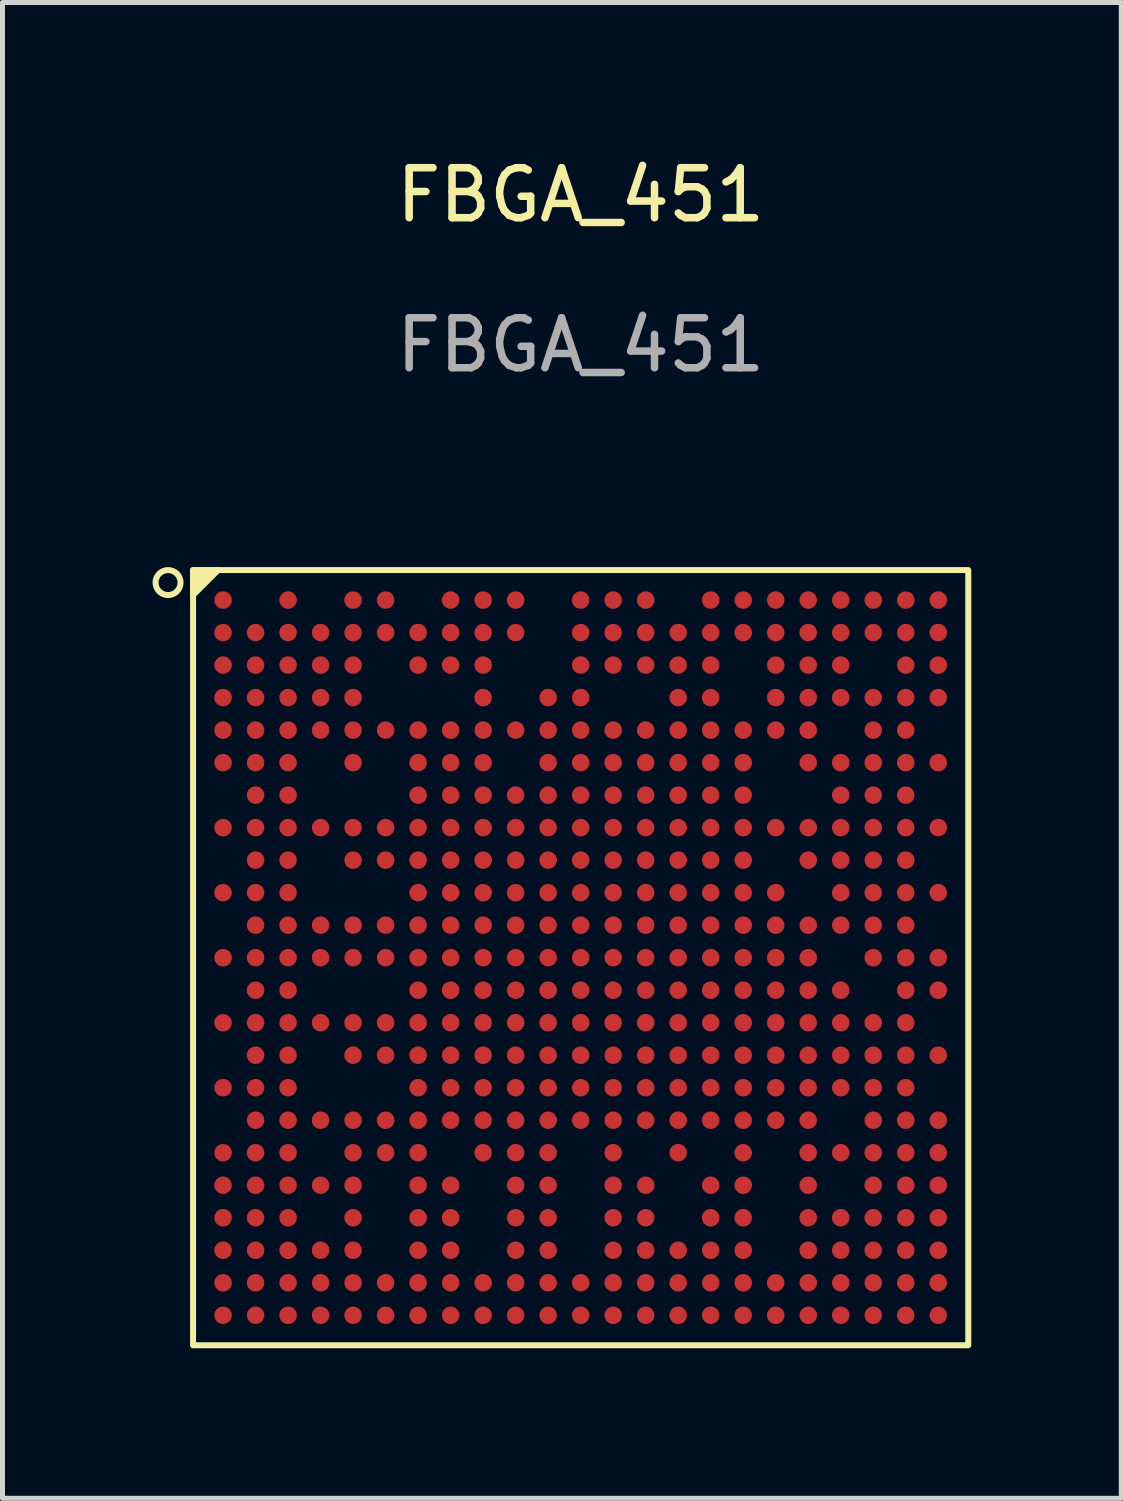
<source format=kicad_pcb>
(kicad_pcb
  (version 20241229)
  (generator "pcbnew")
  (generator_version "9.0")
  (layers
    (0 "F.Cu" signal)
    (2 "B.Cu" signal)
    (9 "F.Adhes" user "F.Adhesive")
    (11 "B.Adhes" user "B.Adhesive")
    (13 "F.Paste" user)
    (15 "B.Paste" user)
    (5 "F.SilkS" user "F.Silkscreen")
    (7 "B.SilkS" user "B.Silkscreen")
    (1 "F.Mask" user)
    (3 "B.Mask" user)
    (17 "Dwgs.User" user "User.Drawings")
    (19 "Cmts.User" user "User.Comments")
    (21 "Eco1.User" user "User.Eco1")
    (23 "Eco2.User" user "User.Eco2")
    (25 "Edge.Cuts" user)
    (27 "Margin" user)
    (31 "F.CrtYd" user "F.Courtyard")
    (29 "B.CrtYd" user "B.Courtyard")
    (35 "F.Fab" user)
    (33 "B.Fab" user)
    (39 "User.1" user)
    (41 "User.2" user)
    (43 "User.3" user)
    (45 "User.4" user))
  (footprint "FBGA_451"
    (layer "F.Cu")
    (at 8.56 16.098)
    (property "Reference" "FBGA_451" (at 0 -15.25 0) (unlocked yes) (layer "F.SilkS") (effects (font (size 1 1) (thickness 0.15))))
    (attr smd)
    (fp_rect (start -7.75 -7.75) (end 7.75 7.75) (stroke (width 0.12) (type default)) (fill no) (layer "F.SilkS"))
    (fp_circle (center -8.25 -7.5) (end -8.25 -7.25) (stroke (width 0.12) (type default)) (fill no) (layer "F.SilkS"))
    (fp_poly (pts (xy -7.75 -7.75) (xy -7.25 -7.75) (xy -7.75 -7.25)) (stroke (width 0.12) (type solid)) (fill yes) (layer "F.SilkS"))
    (fp_text user "${REFERENCE}" (at 0 -12.25 0) (unlocked yes) (layer "F.Fab") (effects (font (size 1 1) (thickness 0.15))))
    (pad "A1" smd circle (at -7.15 -7.15) (size 0.35 0.35) (layers "F.Cu" "F.Mask" "F.Paste"))
    (pad "A3" smd circle (at -5.85 -7.15) (size 0.35 0.35) (layers "F.Cu" "F.Mask" "F.Paste"))
    (pad "A5" smd circle (at -4.55 -7.15) (size 0.35 0.35) (layers "F.Cu" "F.Mask" "F.Paste"))
    (pad "A6" smd circle (at -3.9 -7.15) (size 0.35 0.35) (layers "F.Cu" "F.Mask" "F.Paste"))
    (pad "A8" smd circle (at -2.6 -7.15) (size 0.35 0.35) (layers "F.Cu" "F.Mask" "F.Paste"))
    (pad "A9" smd circle (at -1.95 -7.15) (size 0.35 0.35) (layers "F.Cu" "F.Mask" "F.Paste"))
    (pad "A10" smd circle (at -1.3 -7.15) (size 0.35 0.35) (layers "F.Cu" "F.Mask" "F.Paste"))
    (pad "A12" smd circle (at 0 -7.15) (size 0.35 0.35) (layers "F.Cu" "F.Mask" "F.Paste"))
    (pad "A13" smd circle (at 0.65 -7.15) (size 0.35 0.35) (layers "F.Cu" "F.Mask" "F.Paste"))
    (pad "A14" smd circle (at 1.3 -7.15) (size 0.35 0.35) (layers "F.Cu" "F.Mask" "F.Paste"))
    (pad "A16" smd circle (at 2.6 -7.15) (size 0.35 0.35) (layers "F.Cu" "F.Mask" "F.Paste"))
    (pad "A17" smd circle (at 3.25 -7.15) (size 0.35 0.35) (layers "F.Cu" "F.Mask" "F.Paste"))
    (pad "A18" smd circle (at 3.9 -7.15) (size 0.35 0.35) (layers "F.Cu" "F.Mask" "F.Paste"))
    (pad "A19" smd circle (at 4.55 -7.15) (size 0.35 0.35) (layers "F.Cu" "F.Mask" "F.Paste"))
    (pad "A20" smd circle (at 5.2 -7.15) (size 0.35 0.35) (layers "F.Cu" "F.Mask" "F.Paste"))
    (pad "A21" smd circle (at 5.85 -7.15) (size 0.35 0.35) (layers "F.Cu" "F.Mask" "F.Paste"))
    (pad "A22" smd circle (at 6.5 -7.15) (size 0.35 0.35) (layers "F.Cu" "F.Mask" "F.Paste"))
    (pad "A23" smd circle (at 7.15 -7.15) (size 0.35 0.35) (layers "F.Cu" "F.Mask" "F.Paste"))
    (pad "AA1" smd circle (at -7.15 5.85) (size 0.35 0.35) (layers "F.Cu" "F.Mask" "F.Paste"))
    (pad "AA2" smd circle (at -6.5 5.85) (size 0.35 0.35) (layers "F.Cu" "F.Mask" "F.Paste"))
    (pad "AA3" smd circle (at -5.85 5.85) (size 0.35 0.35) (layers "F.Cu" "F.Mask" "F.Paste"))
    (pad "AA4" smd circle (at -5.2 5.85) (size 0.35 0.35) (layers "F.Cu" "F.Mask" "F.Paste"))
    (pad "AA5" smd circle (at -4.55 5.85) (size 0.35 0.35) (layers "F.Cu" "F.Mask" "F.Paste"))
    (pad "AA7" smd circle (at -3.25 5.85) (size 0.35 0.35) (layers "F.Cu" "F.Mask" "F.Paste"))
    (pad "AA8" smd circle (at -2.6 5.85) (size 0.35 0.35) (layers "F.Cu" "F.Mask" "F.Paste"))
    (pad "AA10" smd circle (at -1.3 5.85) (size 0.35 0.35) (layers "F.Cu" "F.Mask" "F.Paste"))
    (pad "AA11" smd circle (at -0.65 5.85) (size 0.35 0.35) (layers "F.Cu" "F.Mask" "F.Paste"))
    (pad "AA13" smd circle (at 0.65 5.85) (size 0.35 0.35) (layers "F.Cu" "F.Mask" "F.Paste"))
    (pad "AA14" smd circle (at 1.3 5.85) (size 0.35 0.35) (layers "F.Cu" "F.Mask" "F.Paste"))
    (pad "AA15" smd circle (at 1.95 5.85) (size 0.35 0.35) (layers "F.Cu" "F.Mask" "F.Paste"))
    (pad "AA16" smd circle (at 2.6 5.85) (size 0.35 0.35) (layers "F.Cu" "F.Mask" "F.Paste"))
    (pad "AA17" smd circle (at 3.25 5.85) (size 0.35 0.35) (layers "F.Cu" "F.Mask" "F.Paste"))
    (pad "AA19" smd circle (at 4.55 5.85) (size 0.35 0.35) (layers "F.Cu" "F.Mask" "F.Paste"))
    (pad "AA20" smd circle (at 5.2 5.85) (size 0.35 0.35) (layers "F.Cu" "F.Mask" "F.Paste"))
    (pad "AA21" smd circle (at 5.85 5.85) (size 0.35 0.35) (layers "F.Cu" "F.Mask" "F.Paste"))
    (pad "AA22" smd circle (at 6.5 5.85) (size 0.35 0.35) (layers "F.Cu" "F.Mask" "F.Paste"))
    (pad "AA23" smd circle (at 7.15 5.85) (size 0.35 0.35) (layers "F.Cu" "F.Mask" "F.Paste"))
    (pad "AB1" smd circle (at -7.15 6.5) (size 0.35 0.35) (layers "F.Cu" "F.Mask" "F.Paste"))
    (pad "AB2" smd circle (at -6.5 6.5) (size 0.35 0.35) (layers "F.Cu" "F.Mask" "F.Paste"))
    (pad "AB3" smd circle (at -5.85 6.5) (size 0.35 0.35) (layers "F.Cu" "F.Mask" "F.Paste"))
    (pad "AB4" smd circle (at -5.2 6.5) (size 0.35 0.35) (layers "F.Cu" "F.Mask" "F.Paste"))
    (pad "AB5" smd circle (at -4.55 6.5) (size 0.35 0.35) (layers "F.Cu" "F.Mask" "F.Paste"))
    (pad "AB6" smd circle (at -3.9 6.5) (size 0.35 0.35) (layers "F.Cu" "F.Mask" "F.Paste"))
    (pad "AB7" smd circle (at -3.25 6.5) (size 0.35 0.35) (layers "F.Cu" "F.Mask" "F.Paste"))
    (pad "AB8" smd circle (at -2.6 6.5) (size 0.35 0.35) (layers "F.Cu" "F.Mask" "F.Paste"))
    (pad "AB9" smd circle (at -1.95 6.5) (size 0.35 0.35) (layers "F.Cu" "F.Mask" "F.Paste"))
    (pad "AB10" smd circle (at -1.3 6.5) (size 0.35 0.35) (layers "F.Cu" "F.Mask" "F.Paste"))
    (pad "AB11" smd circle (at -0.65 6.5) (size 0.35 0.35) (layers "F.Cu" "F.Mask" "F.Paste"))
    (pad "AB12" smd circle (at 0 6.5) (size 0.35 0.35) (layers "F.Cu" "F.Mask" "F.Paste"))
    (pad "AB13" smd circle (at 0.65 6.5) (size 0.35 0.35) (layers "F.Cu" "F.Mask" "F.Paste"))
    (pad "AB14" smd circle (at 1.3 6.5) (size 0.35 0.35) (layers "F.Cu" "F.Mask" "F.Paste"))
    (pad "AB15" smd circle (at 1.95 6.5) (size 0.35 0.35) (layers "F.Cu" "F.Mask" "F.Paste"))
    (pad "AB16" smd circle (at 2.6 6.5) (size 0.35 0.35) (layers "F.Cu" "F.Mask" "F.Paste"))
    (pad "AB17" smd circle (at 3.25 6.5) (size 0.35 0.35) (layers "F.Cu" "F.Mask" "F.Paste"))
    (pad "AB18" smd circle (at 3.9 6.5) (size 0.35 0.35) (layers "F.Cu" "F.Mask" "F.Paste"))
    (pad "AB19" smd circle (at 4.55 6.5) (size 0.35 0.35) (layers "F.Cu" "F.Mask" "F.Paste"))
    (pad "AB20" smd circle (at 5.2 6.5) (size 0.35 0.35) (layers "F.Cu" "F.Mask" "F.Paste"))
    (pad "AB21" smd circle (at 5.85 6.5) (size 0.35 0.35) (layers "F.Cu" "F.Mask" "F.Paste"))
    (pad "AB22" smd circle (at 6.5 6.5) (size 0.35 0.35) (layers "F.Cu" "F.Mask" "F.Paste"))
    (pad "AB23" smd circle (at 7.15 6.5) (size 0.35 0.35) (layers "F.Cu" "F.Mask" "F.Paste"))
    (pad "AC1" smd circle (at -7.15 7.15) (size 0.35 0.35) (layers "F.Cu" "F.Mask" "F.Paste"))
    (pad "AC2" smd circle (at -6.5 7.15) (size 0.35 0.35) (layers "F.Cu" "F.Mask" "F.Paste"))
    (pad "AC3" smd circle (at -5.85 7.15) (size 0.35 0.35) (layers "F.Cu" "F.Mask" "F.Paste"))
    (pad "AC4" smd circle (at -5.2 7.15) (size 0.35 0.35) (layers "F.Cu" "F.Mask" "F.Paste"))
    (pad "AC5" smd circle (at -4.55 7.15) (size 0.35 0.35) (layers "F.Cu" "F.Mask" "F.Paste"))
    (pad "AC6" smd circle (at -3.9 7.15) (size 0.35 0.35) (layers "F.Cu" "F.Mask" "F.Paste"))
    (pad "AC7" smd circle (at -3.25 7.15) (size 0.35 0.35) (layers "F.Cu" "F.Mask" "F.Paste"))
    (pad "AC8" smd circle (at -2.6 7.15) (size 0.35 0.35) (layers "F.Cu" "F.Mask" "F.Paste"))
    (pad "AC9" smd circle (at -1.95 7.15) (size 0.35 0.35) (layers "F.Cu" "F.Mask" "F.Paste"))
    (pad "AC10" smd circle (at -1.3 7.15) (size 0.35 0.35) (layers "F.Cu" "F.Mask" "F.Paste"))
    (pad "AC11" smd circle (at -0.65 7.15) (size 0.35 0.35) (layers "F.Cu" "F.Mask" "F.Paste"))
    (pad "AC12" smd circle (at 0 7.15) (size 0.35 0.35) (layers "F.Cu" "F.Mask" "F.Paste"))
    (pad "AC13" smd circle (at 0.65 7.15) (size 0.35 0.35) (layers "F.Cu" "F.Mask" "F.Paste"))
    (pad "AC14" smd circle (at 1.3 7.15) (size 0.35 0.35) (layers "F.Cu" "F.Mask" "F.Paste"))
    (pad "AC15" smd circle (at 1.95 7.15) (size 0.35 0.35) (layers "F.Cu" "F.Mask" "F.Paste"))
    (pad "AC16" smd circle (at 2.6 7.15) (size 0.35 0.35) (layers "F.Cu" "F.Mask" "F.Paste"))
    (pad "AC17" smd circle (at 3.25 7.15) (size 0.35 0.35) (layers "F.Cu" "F.Mask" "F.Paste"))
    (pad "AC18" smd circle (at 3.9 7.15) (size 0.35 0.35) (layers "F.Cu" "F.Mask" "F.Paste"))
    (pad "AC19" smd circle (at 4.55 7.15) (size 0.35 0.35) (layers "F.Cu" "F.Mask" "F.Paste"))
    (pad "AC20" smd circle (at 5.2 7.15) (size 0.35 0.35) (layers "F.Cu" "F.Mask" "F.Paste"))
    (pad "AC21" smd circle (at 5.85 7.15) (size 0.35 0.35) (layers "F.Cu" "F.Mask" "F.Paste"))
    (pad "AC22" smd circle (at 6.5 7.15) (size 0.35 0.35) (layers "F.Cu" "F.Mask" "F.Paste"))
    (pad "AC23" smd circle (at 7.15 7.15) (size 0.35 0.35) (layers "F.Cu" "F.Mask" "F.Paste"))
    (pad "B1" smd circle (at -7.15 -6.5) (size 0.35 0.35) (layers "F.Cu" "F.Mask" "F.Paste"))
    (pad "B2" smd circle (at -6.5 -6.5) (size 0.35 0.35) (layers "F.Cu" "F.Mask" "F.Paste"))
    (pad "B3" smd circle (at -5.85 -6.5) (size 0.35 0.35) (layers "F.Cu" "F.Mask" "F.Paste"))
    (pad "B4" smd circle (at -5.2 -6.5) (size 0.35 0.35) (layers "F.Cu" "F.Mask" "F.Paste"))
    (pad "B5" smd circle (at -4.55 -6.5) (size 0.35 0.35) (layers "F.Cu" "F.Mask" "F.Paste"))
    (pad "B6" smd circle (at -3.9 -6.5) (size 0.35 0.35) (layers "F.Cu" "F.Mask" "F.Paste"))
    (pad "B7" smd circle (at -3.25 -6.5) (size 0.35 0.35) (layers "F.Cu" "F.Mask" "F.Paste"))
    (pad "B8" smd circle (at -2.6 -6.5) (size 0.35 0.35) (layers "F.Cu" "F.Mask" "F.Paste"))
    (pad "B9" smd circle (at -1.95 -6.5) (size 0.35 0.35) (layers "F.Cu" "F.Mask" "F.Paste"))
    (pad "B10" smd circle (at -1.3 -6.5) (size 0.35 0.35) (layers "F.Cu" "F.Mask" "F.Paste"))
    (pad "B12" smd circle (at 0 -6.5) (size 0.35 0.35) (layers "F.Cu" "F.Mask" "F.Paste"))
    (pad "B13" smd circle (at 0.65 -6.5) (size 0.35 0.35) (layers "F.Cu" "F.Mask" "F.Paste"))
    (pad "B14" smd circle (at 1.3 -6.5) (size 0.35 0.35) (layers "F.Cu" "F.Mask" "F.Paste"))
    (pad "B15" smd circle (at 1.95 -6.5) (size 0.35 0.35) (layers "F.Cu" "F.Mask" "F.Paste"))
    (pad "B16" smd circle (at 2.6 -6.5) (size 0.35 0.35) (layers "F.Cu" "F.Mask" "F.Paste"))
    (pad "B17" smd circle (at 3.25 -6.5) (size 0.35 0.35) (layers "F.Cu" "F.Mask" "F.Paste"))
    (pad "B18" smd circle (at 3.9 -6.5) (size 0.35 0.35) (layers "F.Cu" "F.Mask" "F.Paste"))
    (pad "B19" smd circle (at 4.55 -6.5) (size 0.35 0.35) (layers "F.Cu" "F.Mask" "F.Paste"))
    (pad "B20" smd circle (at 5.2 -6.5) (size 0.35 0.35) (layers "F.Cu" "F.Mask" "F.Paste"))
    (pad "B21" smd circle (at 5.85 -6.5) (size 0.35 0.35) (layers "F.Cu" "F.Mask" "F.Paste"))
    (pad "B22" smd circle (at 6.5 -6.5) (size 0.35 0.35) (layers "F.Cu" "F.Mask" "F.Paste"))
    (pad "B23" smd circle (at 7.15 -6.5) (size 0.35 0.35) (layers "F.Cu" "F.Mask" "F.Paste"))
    (pad "C1" smd circle (at -7.15 -5.85) (size 0.35 0.35) (layers "F.Cu" "F.Mask" "F.Paste"))
    (pad "C2" smd circle (at -6.5 -5.85) (size 0.35 0.35) (layers "F.Cu" "F.Mask" "F.Paste"))
    (pad "C3" smd circle (at -5.85 -5.85) (size 0.35 0.35) (layers "F.Cu" "F.Mask" "F.Paste"))
    (pad "C4" smd circle (at -5.2 -5.85) (size 0.35 0.35) (layers "F.Cu" "F.Mask" "F.Paste"))
    (pad "C5" smd circle (at -4.55 -5.85) (size 0.35 0.35) (layers "F.Cu" "F.Mask" "F.Paste"))
    (pad "C7" smd circle (at -3.25 -5.85) (size 0.35 0.35) (layers "F.Cu" "F.Mask" "F.Paste"))
    (pad "C8" smd circle (at -2.6 -5.85) (size 0.35 0.35) (layers "F.Cu" "F.Mask" "F.Paste"))
    (pad "C9" smd circle (at -1.95 -5.85) (size 0.35 0.35) (layers "F.Cu" "F.Mask" "F.Paste"))
    (pad "C12" smd circle (at 0 -5.85) (size 0.35 0.35) (layers "F.Cu" "F.Mask" "F.Paste"))
    (pad "C13" smd circle (at 0.65 -5.85) (size 0.35 0.35) (layers "F.Cu" "F.Mask" "F.Paste"))
    (pad "C14" smd circle (at 1.3 -5.85) (size 0.35 0.35) (layers "F.Cu" "F.Mask" "F.Paste"))
    (pad "C15" smd circle (at 1.95 -5.85) (size 0.35 0.35) (layers "F.Cu" "F.Mask" "F.Paste"))
    (pad "C16" smd circle (at 2.6 -5.85) (size 0.35 0.35) (layers "F.Cu" "F.Mask" "F.Paste"))
    (pad "C18" smd circle (at 3.9 -5.85) (size 0.35 0.35) (layers "F.Cu" "F.Mask" "F.Paste"))
    (pad "C19" smd circle (at 4.55 -5.85) (size 0.35 0.35) (layers "F.Cu" "F.Mask" "F.Paste"))
    (pad "C20" smd circle (at 5.2 -5.85) (size 0.35 0.35) (layers "F.Cu" "F.Mask" "F.Paste"))
    (pad "C22" smd circle (at 6.5 -5.85) (size 0.35 0.35) (layers "F.Cu" "F.Mask" "F.Paste"))
    (pad "C23" smd circle (at 7.15 -5.85) (size 0.35 0.35) (layers "F.Cu" "F.Mask" "F.Paste"))
    (pad "D1" smd circle (at -7.15 -5.2) (size 0.35 0.35) (layers "F.Cu" "F.Mask" "F.Paste"))
    (pad "D2" smd circle (at -6.5 -5.2) (size 0.35 0.35) (layers "F.Cu" "F.Mask" "F.Paste"))
    (pad "D3" smd circle (at -5.85 -5.2) (size 0.35 0.35) (layers "F.Cu" "F.Mask" "F.Paste"))
    (pad "D4" smd circle (at -5.2 -5.2) (size 0.35 0.35) (layers "F.Cu" "F.Mask" "F.Paste"))
    (pad "D5" smd circle (at -4.55 -5.2) (size 0.35 0.35) (layers "F.Cu" "F.Mask" "F.Paste"))
    (pad "D9" smd circle (at -1.95 -5.2) (size 0.35 0.35) (layers "F.Cu" "F.Mask" "F.Paste"))
    (pad "D11" smd circle (at -0.65 -5.2) (size 0.35 0.35) (layers "F.Cu" "F.Mask" "F.Paste"))
    (pad "D12" smd circle (at 0 -5.2) (size 0.35 0.35) (layers "F.Cu" "F.Mask" "F.Paste"))
    (pad "D15" smd circle (at 1.95 -5.2) (size 0.35 0.35) (layers "F.Cu" "F.Mask" "F.Paste"))
    (pad "D16" smd circle (at 2.6 -5.2) (size 0.35 0.35) (layers "F.Cu" "F.Mask" "F.Paste"))
    (pad "D18" smd circle (at 3.9 -5.2) (size 0.35 0.35) (layers "F.Cu" "F.Mask" "F.Paste"))
    (pad "D19" smd circle (at 4.55 -5.2) (size 0.35 0.35) (layers "F.Cu" "F.Mask" "F.Paste"))
    (pad "D20" smd circle (at 5.2 -5.2) (size 0.35 0.35) (layers "F.Cu" "F.Mask" "F.Paste"))
    (pad "D21" smd circle (at 5.85 -5.2) (size 0.35 0.35) (layers "F.Cu" "F.Mask" "F.Paste"))
    (pad "D22" smd circle (at 6.5 -5.2) (size 0.35 0.35) (layers "F.Cu" "F.Mask" "F.Paste"))
    (pad "D23" smd circle (at 7.15 -5.2) (size 0.35 0.35) (layers "F.Cu" "F.Mask" "F.Paste"))
    (pad "E1" smd circle (at -7.15 -4.55) (size 0.35 0.35) (layers "F.Cu" "F.Mask" "F.Paste"))
    (pad "E2" smd circle (at -6.5 -4.55) (size 0.35 0.35) (layers "F.Cu" "F.Mask" "F.Paste"))
    (pad "E3" smd circle (at -5.85 -4.55) (size 0.35 0.35) (layers "F.Cu" "F.Mask" "F.Paste"))
    (pad "E4" smd circle (at -5.2 -4.55) (size 0.35 0.35) (layers "F.Cu" "F.Mask" "F.Paste"))
    (pad "E5" smd circle (at -4.55 -4.55) (size 0.35 0.35) (layers "F.Cu" "F.Mask" "F.Paste"))
    (pad "E6" smd circle (at -3.9 -4.55) (size 0.35 0.35) (layers "F.Cu" "F.Mask" "F.Paste"))
    (pad "E7" smd circle (at -3.25 -4.55) (size 0.35 0.35) (layers "F.Cu" "F.Mask" "F.Paste"))
    (pad "E8" smd circle (at -2.6 -4.55) (size 0.35 0.35) (layers "F.Cu" "F.Mask" "F.Paste"))
    (pad "E9" smd circle (at -1.95 -4.55) (size 0.35 0.35) (layers "F.Cu" "F.Mask" "F.Paste"))
    (pad "E10" smd circle (at -1.3 -4.55) (size 0.35 0.35) (layers "F.Cu" "F.Mask" "F.Paste"))
    (pad "E11" smd circle (at -0.65 -4.55) (size 0.35 0.35) (layers "F.Cu" "F.Mask" "F.Paste"))
    (pad "E12" smd circle (at 0 -4.55) (size 0.35 0.35) (layers "F.Cu" "F.Mask" "F.Paste"))
    (pad "E13" smd circle (at 0.65 -4.55) (size 0.35 0.35) (layers "F.Cu" "F.Mask" "F.Paste"))
    (pad "E14" smd circle (at 1.3 -4.55) (size 0.35 0.35) (layers "F.Cu" "F.Mask" "F.Paste"))
    (pad "E15" smd circle (at 1.95 -4.55) (size 0.35 0.35) (layers "F.Cu" "F.Mask" "F.Paste"))
    (pad "E16" smd circle (at 2.6 -4.55) (size 0.35 0.35) (layers "F.Cu" "F.Mask" "F.Paste"))
    (pad "E17" smd circle (at 3.25 -4.55) (size 0.35 0.35) (layers "F.Cu" "F.Mask" "F.Paste"))
    (pad "E18" smd circle (at 3.9 -4.55) (size 0.35 0.35) (layers "F.Cu" "F.Mask" "F.Paste"))
    (pad "E19" smd circle (at 4.55 -4.55) (size 0.35 0.35) (layers "F.Cu" "F.Mask" "F.Paste"))
    (pad "E21" smd circle (at 5.85 -4.55) (size 0.35 0.35) (layers "F.Cu" "F.Mask" "F.Paste"))
    (pad "E22" smd circle (at 6.5 -4.55) (size 0.35 0.35) (layers "F.Cu" "F.Mask" "F.Paste"))
    (pad "F1" smd circle (at -7.15 -3.9) (size 0.35 0.35) (layers "F.Cu" "F.Mask" "F.Paste"))
    (pad "F2" smd circle (at -6.5 -3.9) (size 0.35 0.35) (layers "F.Cu" "F.Mask" "F.Paste"))
    (pad "F3" smd circle (at -5.85 -3.9) (size 0.35 0.35) (layers "F.Cu" "F.Mask" "F.Paste"))
    (pad "F5" smd circle (at -4.55 -3.9) (size 0.35 0.35) (layers "F.Cu" "F.Mask" "F.Paste"))
    (pad "F7" smd circle (at -3.25 -3.9) (size 0.35 0.35) (layers "F.Cu" "F.Mask" "F.Paste"))
    (pad "F8" smd circle (at -2.6 -3.9) (size 0.35 0.35) (layers "F.Cu" "F.Mask" "F.Paste"))
    (pad "F9" smd circle (at -1.95 -3.9) (size 0.35 0.35) (layers "F.Cu" "F.Mask" "F.Paste"))
    (pad "F11" smd circle (at -0.65 -3.9) (size 0.35 0.35) (layers "F.Cu" "F.Mask" "F.Paste"))
    (pad "F12" smd circle (at 0 -3.9) (size 0.35 0.35) (layers "F.Cu" "F.Mask" "F.Paste"))
    (pad "F13" smd circle (at 0.65 -3.9) (size 0.35 0.35) (layers "F.Cu" "F.Mask" "F.Paste"))
    (pad "F14" smd circle (at 1.3 -3.9) (size 0.35 0.35) (layers "F.Cu" "F.Mask" "F.Paste"))
    (pad "F15" smd circle (at 1.95 -3.9) (size 0.35 0.35) (layers "F.Cu" "F.Mask" "F.Paste"))
    (pad "F16" smd circle (at 2.6 -3.9) (size 0.35 0.35) (layers "F.Cu" "F.Mask" "F.Paste"))
    (pad "F17" smd circle (at 3.25 -3.9) (size 0.35 0.35) (layers "F.Cu" "F.Mask" "F.Paste"))
    (pad "F19" smd circle (at 4.55 -3.9) (size 0.35 0.35) (layers "F.Cu" "F.Mask" "F.Paste"))
    (pad "F20" smd circle (at 5.2 -3.9) (size 0.35 0.35) (layers "F.Cu" "F.Mask" "F.Paste"))
    (pad "F21" smd circle (at 5.85 -3.9) (size 0.35 0.35) (layers "F.Cu" "F.Mask" "F.Paste"))
    (pad "F22" smd circle (at 6.5 -3.9) (size 0.35 0.35) (layers "F.Cu" "F.Mask" "F.Paste"))
    (pad "F23" smd circle (at 7.15 -3.9) (size 0.35 0.35) (layers "F.Cu" "F.Mask" "F.Paste"))
    (pad "G2" smd circle (at -6.5 -3.25) (size 0.35 0.35) (layers "F.Cu" "F.Mask" "F.Paste"))
    (pad "G3" smd circle (at -5.85 -3.25) (size 0.35 0.35) (layers "F.Cu" "F.Mask" "F.Paste"))
    (pad "G7" smd circle (at -3.25 -3.25) (size 0.35 0.35) (layers "F.Cu" "F.Mask" "F.Paste"))
    (pad "G8" smd circle (at -2.6 -3.25) (size 0.35 0.35) (layers "F.Cu" "F.Mask" "F.Paste"))
    (pad "G9" smd circle (at -1.95 -3.25) (size 0.35 0.35) (layers "F.Cu" "F.Mask" "F.Paste"))
    (pad "G10" smd circle (at -1.3 -3.25) (size 0.35 0.35) (layers "F.Cu" "F.Mask" "F.Paste"))
    (pad "G11" smd circle (at -0.65 -3.25) (size 0.35 0.35) (layers "F.Cu" "F.Mask" "F.Paste"))
    (pad "G12" smd circle (at 0 -3.25) (size 0.35 0.35) (layers "F.Cu" "F.Mask" "F.Paste"))
    (pad "G13" smd circle (at 0.65 -3.25) (size 0.35 0.35) (layers "F.Cu" "F.Mask" "F.Paste"))
    (pad "G14" smd circle (at 1.3 -3.25) (size 0.35 0.35) (layers "F.Cu" "F.Mask" "F.Paste"))
    (pad "G15" smd circle (at 1.95 -3.25) (size 0.35 0.35) (layers "F.Cu" "F.Mask" "F.Paste"))
    (pad "G16" smd circle (at 2.6 -3.25) (size 0.35 0.35) (layers "F.Cu" "F.Mask" "F.Paste"))
    (pad "G17" smd circle (at 3.25 -3.25) (size 0.35 0.35) (layers "F.Cu" "F.Mask" "F.Paste"))
    (pad "G20" smd circle (at 5.2 -3.25) (size 0.35 0.35) (layers "F.Cu" "F.Mask" "F.Paste"))
    (pad "G21" smd circle (at 5.85 -3.25) (size 0.35 0.35) (layers "F.Cu" "F.Mask" "F.Paste"))
    (pad "G22" smd circle (at 6.5 -3.25) (size 0.35 0.35) (layers "F.Cu" "F.Mask" "F.Paste"))
    (pad "H1" smd circle (at -7.15 -2.6) (size 0.35 0.35) (layers "F.Cu" "F.Mask" "F.Paste"))
    (pad "H2" smd circle (at -6.5 -2.6) (size 0.35 0.35) (layers "F.Cu" "F.Mask" "F.Paste"))
    (pad "H3" smd circle (at -5.85 -2.6) (size 0.35 0.35) (layers "F.Cu" "F.Mask" "F.Paste"))
    (pad "H4" smd circle (at -5.2 -2.6) (size 0.35 0.35) (layers "F.Cu" "F.Mask" "F.Paste"))
    (pad "H5" smd circle (at -4.55 -2.6) (size 0.35 0.35) (layers "F.Cu" "F.Mask" "F.Paste"))
    (pad "H6" smd circle (at -3.9 -2.6) (size 0.35 0.35) (layers "F.Cu" "F.Mask" "F.Paste"))
    (pad "H7" smd circle (at -3.25 -2.6) (size 0.35 0.35) (layers "F.Cu" "F.Mask" "F.Paste"))
    (pad "H8" smd circle (at -2.6 -2.6) (size 0.35 0.35) (layers "F.Cu" "F.Mask" "F.Paste"))
    (pad "H9" smd circle (at -1.95 -2.6) (size 0.35 0.35) (layers "F.Cu" "F.Mask" "F.Paste"))
    (pad "H10" smd circle (at -1.3 -2.6) (size 0.35 0.35) (layers "F.Cu" "F.Mask" "F.Paste"))
    (pad "H11" smd circle (at -0.65 -2.6) (size 0.35 0.35) (layers "F.Cu" "F.Mask" "F.Paste"))
    (pad "H12" smd circle (at 0 -2.6) (size 0.35 0.35) (layers "F.Cu" "F.Mask" "F.Paste"))
    (pad "H13" smd circle (at 0.65 -2.6) (size 0.35 0.35) (layers "F.Cu" "F.Mask" "F.Paste"))
    (pad "H14" smd circle (at 1.3 -2.6) (size 0.35 0.35) (layers "F.Cu" "F.Mask" "F.Paste"))
    (pad "H15" smd circle (at 1.95 -2.6) (size 0.35 0.35) (layers "F.Cu" "F.Mask" "F.Paste"))
    (pad "H16" smd circle (at 2.6 -2.6) (size 0.35 0.35) (layers "F.Cu" "F.Mask" "F.Paste"))
    (pad "H17" smd circle (at 3.25 -2.6) (size 0.35 0.35) (layers "F.Cu" "F.Mask" "F.Paste"))
    (pad "H18" smd circle (at 3.9 -2.6) (size 0.35 0.35) (layers "F.Cu" "F.Mask" "F.Paste"))
    (pad "H19" smd circle (at 4.55 -2.6) (size 0.35 0.35) (layers "F.Cu" "F.Mask" "F.Paste"))
    (pad "H20" smd circle (at 5.2 -2.6) (size 0.35 0.35) (layers "F.Cu" "F.Mask" "F.Paste"))
    (pad "H21" smd circle (at 5.85 -2.6) (size 0.35 0.35) (layers "F.Cu" "F.Mask" "F.Paste"))
    (pad "H22" smd circle (at 6.5 -2.6) (size 0.35 0.35) (layers "F.Cu" "F.Mask" "F.Paste"))
    (pad "H23" smd circle (at 7.15 -2.6) (size 0.35 0.35) (layers "F.Cu" "F.Mask" "F.Paste"))
    (pad "J2" smd circle (at -6.5 -1.95) (size 0.35 0.35) (layers "F.Cu" "F.Mask" "F.Paste"))
    (pad "J3" smd circle (at -5.85 -1.95) (size 0.35 0.35) (layers "F.Cu" "F.Mask" "F.Paste"))
    (pad "J5" smd circle (at -4.55 -1.95) (size 0.35 0.35) (layers "F.Cu" "F.Mask" "F.Paste"))
    (pad "J6" smd circle (at -3.9 -1.95) (size 0.35 0.35) (layers "F.Cu" "F.Mask" "F.Paste"))
    (pad "J7" smd circle (at -3.25 -1.95) (size 0.35 0.35) (layers "F.Cu" "F.Mask" "F.Paste"))
    (pad "J8" smd circle (at -2.6 -1.95) (size 0.35 0.35) (layers "F.Cu" "F.Mask" "F.Paste"))
    (pad "J9" smd circle (at -1.95 -1.95) (size 0.35 0.35) (layers "F.Cu" "F.Mask" "F.Paste"))
    (pad "J10" smd circle (at -1.3 -1.95) (size 0.35 0.35) (layers "F.Cu" "F.Mask" "F.Paste"))
    (pad "J11" smd circle (at -0.65 -1.95) (size 0.35 0.35) (layers "F.Cu" "F.Mask" "F.Paste"))
    (pad "J12" smd circle (at 0 -1.95) (size 0.35 0.35) (layers "F.Cu" "F.Mask" "F.Paste"))
    (pad "J13" smd circle (at 0.65 -1.95) (size 0.35 0.35) (layers "F.Cu" "F.Mask" "F.Paste"))
    (pad "J14" smd circle (at 1.3 -1.95) (size 0.35 0.35) (layers "F.Cu" "F.Mask" "F.Paste"))
    (pad "J15" smd circle (at 1.95 -1.95) (size 0.35 0.35) (layers "F.Cu" "F.Mask" "F.Paste"))
    (pad "J16" smd circle (at 2.6 -1.95) (size 0.35 0.35) (layers "F.Cu" "F.Mask" "F.Paste"))
    (pad "J17" smd circle (at 3.25 -1.95) (size 0.35 0.35) (layers "F.Cu" "F.Mask" "F.Paste"))
    (pad "J19" smd circle (at 4.55 -1.95) (size 0.35 0.35) (layers "F.Cu" "F.Mask" "F.Paste"))
    (pad "J20" smd circle (at 5.2 -1.95) (size 0.35 0.35) (layers "F.Cu" "F.Mask" "F.Paste"))
    (pad "J21" smd circle (at 5.85 -1.95) (size 0.35 0.35) (layers "F.Cu" "F.Mask" "F.Paste"))
    (pad "J22" smd circle (at 6.5 -1.95) (size 0.35 0.35) (layers "F.Cu" "F.Mask" "F.Paste"))
    (pad "K1" smd circle (at -7.15 -1.3) (size 0.35 0.35) (layers "F.Cu" "F.Mask" "F.Paste"))
    (pad "K2" smd circle (at -6.5 -1.3) (size 0.35 0.35) (layers "F.Cu" "F.Mask" "F.Paste"))
    (pad "K3" smd circle (at -5.85 -1.3) (size 0.35 0.35) (layers "F.Cu" "F.Mask" "F.Paste"))
    (pad "K7" smd circle (at -3.25 -1.3) (size 0.35 0.35) (layers "F.Cu" "F.Mask" "F.Paste"))
    (pad "K8" smd circle (at -2.6 -1.3) (size 0.35 0.35) (layers "F.Cu" "F.Mask" "F.Paste"))
    (pad "K9" smd circle (at -1.95 -1.3) (size 0.35 0.35) (layers "F.Cu" "F.Mask" "F.Paste"))
    (pad "K10" smd circle (at -1.3 -1.3) (size 0.35 0.35) (layers "F.Cu" "F.Mask" "F.Paste"))
    (pad "K11" smd circle (at -0.65 -1.3) (size 0.35 0.35) (layers "F.Cu" "F.Mask" "F.Paste"))
    (pad "K12" smd circle (at 0 -1.3) (size 0.35 0.35) (layers "F.Cu" "F.Mask" "F.Paste"))
    (pad "K13" smd circle (at 0.65 -1.3) (size 0.35 0.35) (layers "F.Cu" "F.Mask" "F.Paste"))
    (pad "K14" smd circle (at 1.3 -1.3) (size 0.35 0.35) (layers "F.Cu" "F.Mask" "F.Paste"))
    (pad "K15" smd circle (at 1.95 -1.3) (size 0.35 0.35) (layers "F.Cu" "F.Mask" "F.Paste"))
    (pad "K16" smd circle (at 2.6 -1.3) (size 0.35 0.35) (layers "F.Cu" "F.Mask" "F.Paste"))
    (pad "K17" smd circle (at 3.25 -1.3) (size 0.35 0.35) (layers "F.Cu" "F.Mask" "F.Paste"))
    (pad "K18" smd circle (at 3.9 -1.3) (size 0.35 0.35) (layers "F.Cu" "F.Mask" "F.Paste"))
    (pad "K20" smd circle (at 5.2 -1.3) (size 0.35 0.35) (layers "F.Cu" "F.Mask" "F.Paste"))
    (pad "K21" smd circle (at 5.85 -1.3) (size 0.35 0.35) (layers "F.Cu" "F.Mask" "F.Paste"))
    (pad "K22" smd circle (at 6.5 -1.3) (size 0.35 0.35) (layers "F.Cu" "F.Mask" "F.Paste"))
    (pad "K23" smd circle (at 7.15 -1.3) (size 0.35 0.35) (layers "F.Cu" "F.Mask" "F.Paste"))
    (pad "L2" smd circle (at -6.5 -0.65) (size 0.35 0.35) (layers "F.Cu" "F.Mask" "F.Paste"))
    (pad "L3" smd circle (at -5.85 -0.65) (size 0.35 0.35) (layers "F.Cu" "F.Mask" "F.Paste"))
    (pad "L4" smd circle (at -5.2 -0.65) (size 0.35 0.35) (layers "F.Cu" "F.Mask" "F.Paste"))
    (pad "L5" smd circle (at -4.55 -0.65) (size 0.35 0.35) (layers "F.Cu" "F.Mask" "F.Paste"))
    (pad "L6" smd circle (at -3.9 -0.65) (size 0.35 0.35) (layers "F.Cu" "F.Mask" "F.Paste"))
    (pad "L7" smd circle (at -3.25 -0.65) (size 0.35 0.35) (layers "F.Cu" "F.Mask" "F.Paste"))
    (pad "L8" smd circle (at -2.6 -0.65) (size 0.35 0.35) (layers "F.Cu" "F.Mask" "F.Paste"))
    (pad "L9" smd circle (at -1.95 -0.65) (size 0.35 0.35) (layers "F.Cu" "F.Mask" "F.Paste"))
    (pad "L10" smd circle (at -1.3 -0.65) (size 0.35 0.35) (layers "F.Cu" "F.Mask" "F.Paste"))
    (pad "L11" smd circle (at -0.65 -0.65) (size 0.35 0.35) (layers "F.Cu" "F.Mask" "F.Paste"))
    (pad "L12" smd circle (at 0 -0.65) (size 0.35 0.35) (layers "F.Cu" "F.Mask" "F.Paste"))
    (pad "L13" smd circle (at 0.65 -0.65) (size 0.35 0.35) (layers "F.Cu" "F.Mask" "F.Paste"))
    (pad "L14" smd circle (at 1.3 -0.65) (size 0.35 0.35) (layers "F.Cu" "F.Mask" "F.Paste"))
    (pad "L15" smd circle (at 1.95 -0.65) (size 0.35 0.35) (layers "F.Cu" "F.Mask" "F.Paste"))
    (pad "L16" smd circle (at 2.6 -0.65) (size 0.35 0.35) (layers "F.Cu" "F.Mask" "F.Paste"))
    (pad "L17" smd circle (at 3.25 -0.65) (size 0.35 0.35) (layers "F.Cu" "F.Mask" "F.Paste"))
    (pad "L18" smd circle (at 3.9 -0.65) (size 0.35 0.35) (layers "F.Cu" "F.Mask" "F.Paste"))
    (pad "L19" smd circle (at 4.55 -0.65) (size 0.35 0.35) (layers "F.Cu" "F.Mask" "F.Paste"))
    (pad "L20" smd circle (at 5.2 -0.65) (size 0.35 0.35) (layers "F.Cu" "F.Mask" "F.Paste"))
    (pad "L21" smd circle (at 5.85 -0.65) (size 0.35 0.35) (layers "F.Cu" "F.Mask" "F.Paste"))
    (pad "L22" smd circle (at 6.5 -0.65) (size 0.35 0.35) (layers "F.Cu" "F.Mask" "F.Paste"))
    (pad "M1" smd circle (at -7.15 0) (size 0.35 0.35) (layers "F.Cu" "F.Mask" "F.Paste"))
    (pad "M2" smd circle (at -6.5 0) (size 0.35 0.35) (layers "F.Cu" "F.Mask" "F.Paste"))
    (pad "M3" smd circle (at -5.85 0) (size 0.35 0.35) (layers "F.Cu" "F.Mask" "F.Paste"))
    (pad "M4" smd circle (at -5.2 0) (size 0.35 0.35) (layers "F.Cu" "F.Mask" "F.Paste"))
    (pad "M5" smd circle (at -4.55 0) (size 0.35 0.35) (layers "F.Cu" "F.Mask" "F.Paste"))
    (pad "M6" smd circle (at -3.9 0) (size 0.35 0.35) (layers "F.Cu" "F.Mask" "F.Paste"))
    (pad "M7" smd circle (at -3.25 0) (size 0.35 0.35) (layers "F.Cu" "F.Mask" "F.Paste"))
    (pad "M8" smd circle (at -2.6 0) (size 0.35 0.35) (layers "F.Cu" "F.Mask" "F.Paste"))
    (pad "M9" smd circle (at -1.95 0) (size 0.35 0.35) (layers "F.Cu" "F.Mask" "F.Paste"))
    (pad "M10" smd circle (at -1.3 0) (size 0.35 0.35) (layers "F.Cu" "F.Mask" "F.Paste"))
    (pad "M11" smd circle (at -0.65 0) (size 0.35 0.35) (layers "F.Cu" "F.Mask" "F.Paste"))
    (pad "M12" smd circle (at 0 0) (size 0.35 0.35) (layers "F.Cu" "F.Mask" "F.Paste"))
    (pad "M13" smd circle (at 0.65 0) (size 0.35 0.35) (layers "F.Cu" "F.Mask" "F.Paste"))
    (pad "M14" smd circle (at 1.3 0) (size 0.35 0.35) (layers "F.Cu" "F.Mask" "F.Paste"))
    (pad "M15" smd circle (at 1.95 0) (size 0.35 0.35) (layers "F.Cu" "F.Mask" "F.Paste"))
    (pad "M16" smd circle (at 2.6 0) (size 0.35 0.35) (layers "F.Cu" "F.Mask" "F.Paste"))
    (pad "M17" smd circle (at 3.25 0) (size 0.35 0.35) (layers "F.Cu" "F.Mask" "F.Paste"))
    (pad "M18" smd circle (at 3.9 0) (size 0.35 0.35) (layers "F.Cu" "F.Mask" "F.Paste"))
    (pad "M19" smd circle (at 4.55 0) (size 0.35 0.35) (layers "F.Cu" "F.Mask" "F.Paste"))
    (pad "M21" smd circle (at 5.85 0) (size 0.35 0.35) (layers "F.Cu" "F.Mask" "F.Paste"))
    (pad "M22" smd circle (at 6.5 0) (size 0.35 0.35) (layers "F.Cu" "F.Mask" "F.Paste"))
    (pad "M23" smd circle (at 7.15 0) (size 0.35 0.35) (layers "F.Cu" "F.Mask" "F.Paste"))
    (pad "N2" smd circle (at -6.5 0.65) (size 0.35 0.35) (layers "F.Cu" "F.Mask" "F.Paste"))
    (pad "N3" smd circle (at -5.85 0.65) (size 0.35 0.35) (layers "F.Cu" "F.Mask" "F.Paste"))
    (pad "N7" smd circle (at -3.25 0.65) (size 0.35 0.35) (layers "F.Cu" "F.Mask" "F.Paste"))
    (pad "N8" smd circle (at -2.6 0.65) (size 0.35 0.35) (layers "F.Cu" "F.Mask" "F.Paste"))
    (pad "N9" smd circle (at -1.95 0.65) (size 0.35 0.35) (layers "F.Cu" "F.Mask" "F.Paste"))
    (pad "N10" smd circle (at -1.3 0.65) (size 0.35 0.35) (layers "F.Cu" "F.Mask" "F.Paste"))
    (pad "N11" smd circle (at -0.65 0.65) (size 0.35 0.35) (layers "F.Cu" "F.Mask" "F.Paste"))
    (pad "N12" smd circle (at 0 0.65) (size 0.35 0.35) (layers "F.Cu" "F.Mask" "F.Paste"))
    (pad "N13" smd circle (at 0.65 0.65) (size 0.35 0.35) (layers "F.Cu" "F.Mask" "F.Paste"))
    (pad "N14" smd circle (at 1.3 0.65) (size 0.35 0.35) (layers "F.Cu" "F.Mask" "F.Paste"))
    (pad "N15" smd circle (at 1.95 0.65) (size 0.35 0.35) (layers "F.Cu" "F.Mask" "F.Paste"))
    (pad "N16" smd circle (at 2.6 0.65) (size 0.35 0.35) (layers "F.Cu" "F.Mask" "F.Paste"))
    (pad "N17" smd circle (at 3.25 0.65) (size 0.35 0.35) (layers "F.Cu" "F.Mask" "F.Paste"))
    (pad "N18" smd circle (at 3.9 0.65) (size 0.35 0.35) (layers "F.Cu" "F.Mask" "F.Paste"))
    (pad "N19" smd circle (at 4.55 0.65) (size 0.35 0.35) (layers "F.Cu" "F.Mask" "F.Paste"))
    (pad "N20" smd circle (at 5.2 0.65) (size 0.35 0.35) (layers "F.Cu" "F.Mask" "F.Paste"))
    (pad "N22" smd circle (at 6.5 0.65) (size 0.35 0.35) (layers "F.Cu" "F.Mask" "F.Paste"))
    (pad "N23" smd circle (at 7.15 0.65) (size 0.35 0.35) (layers "F.Cu" "F.Mask" "F.Paste"))
    (pad "P1" smd circle (at -7.15 1.3) (size 0.35 0.35) (layers "F.Cu" "F.Mask" "F.Paste"))
    (pad "P2" smd circle (at -6.5 1.3) (size 0.35 0.35) (layers "F.Cu" "F.Mask" "F.Paste"))
    (pad "P3" smd circle (at -5.85 1.3) (size 0.35 0.35) (layers "F.Cu" "F.Mask" "F.Paste"))
    (pad "P4" smd circle (at -5.2 1.3) (size 0.35 0.35) (layers "F.Cu" "F.Mask" "F.Paste"))
    (pad "P5" smd circle (at -4.55 1.3) (size 0.35 0.35) (layers "F.Cu" "F.Mask" "F.Paste"))
    (pad "P6" smd circle (at -3.9 1.3) (size 0.35 0.35) (layers "F.Cu" "F.Mask" "F.Paste"))
    (pad "P7" smd circle (at -3.25 1.3) (size 0.35 0.35) (layers "F.Cu" "F.Mask" "F.Paste"))
    (pad "P8" smd circle (at -2.6 1.3) (size 0.35 0.35) (layers "F.Cu" "F.Mask" "F.Paste"))
    (pad "P9" smd circle (at -1.95 1.3) (size 0.35 0.35) (layers "F.Cu" "F.Mask" "F.Paste"))
    (pad "P10" smd circle (at -1.3 1.3) (size 0.35 0.35) (layers "F.Cu" "F.Mask" "F.Paste"))
    (pad "P11" smd circle (at -0.65 1.3) (size 0.35 0.35) (layers "F.Cu" "F.Mask" "F.Paste"))
    (pad "P12" smd circle (at 0 1.3) (size 0.35 0.35) (layers "F.Cu" "F.Mask" "F.Paste"))
    (pad "P13" smd circle (at 0.65 1.3) (size 0.35 0.35) (layers "F.Cu" "F.Mask" "F.Paste"))
    (pad "P14" smd circle (at 1.3 1.3) (size 0.35 0.35) (layers "F.Cu" "F.Mask" "F.Paste"))
    (pad "P15" smd circle (at 1.95 1.3) (size 0.35 0.35) (layers "F.Cu" "F.Mask" "F.Paste"))
    (pad "P16" smd circle (at 2.6 1.3) (size 0.35 0.35) (layers "F.Cu" "F.Mask" "F.Paste"))
    (pad "P17" smd circle (at 3.25 1.3) (size 0.35 0.35) (layers "F.Cu" "F.Mask" "F.Paste"))
    (pad "P18" smd circle (at 3.9 1.3) (size 0.35 0.35) (layers "F.Cu" "F.Mask" "F.Paste"))
    (pad "P19" smd circle (at 4.55 1.3) (size 0.35 0.35) (layers "F.Cu" "F.Mask" "F.Paste"))
    (pad "P20" smd circle (at 5.2 1.3) (size 0.35 0.35) (layers "F.Cu" "F.Mask" "F.Paste"))
    (pad "P21" smd circle (at 5.85 1.3) (size 0.35 0.35) (layers "F.Cu" "F.Mask" "F.Paste"))
    (pad "P22" smd circle (at 6.5 1.3) (size 0.35 0.35) (layers "F.Cu" "F.Mask" "F.Paste"))
    (pad "R2" smd circle (at -6.5 1.95) (size 0.35 0.35) (layers "F.Cu" "F.Mask" "F.Paste"))
    (pad "R3" smd circle (at -5.85 1.95) (size 0.35 0.35) (layers "F.Cu" "F.Mask" "F.Paste"))
    (pad "R5" smd circle (at -4.55 1.95) (size 0.35 0.35) (layers "F.Cu" "F.Mask" "F.Paste"))
    (pad "R6" smd circle (at -3.9 1.95) (size 0.35 0.35) (layers "F.Cu" "F.Mask" "F.Paste"))
    (pad "R7" smd circle (at -3.25 1.95) (size 0.35 0.35) (layers "F.Cu" "F.Mask" "F.Paste"))
    (pad "R8" smd circle (at -2.6 1.95) (size 0.35 0.35) (layers "F.Cu" "F.Mask" "F.Paste"))
    (pad "R9" smd circle (at -1.95 1.95) (size 0.35 0.35) (layers "F.Cu" "F.Mask" "F.Paste"))
    (pad "R10" smd circle (at -1.3 1.95) (size 0.35 0.35) (layers "F.Cu" "F.Mask" "F.Paste"))
    (pad "R11" smd circle (at -0.65 1.95) (size 0.35 0.35) (layers "F.Cu" "F.Mask" "F.Paste"))
    (pad "R12" smd circle (at 0 1.95) (size 0.35 0.35) (layers "F.Cu" "F.Mask" "F.Paste"))
    (pad "R13" smd circle (at 0.65 1.95) (size 0.35 0.35) (layers "F.Cu" "F.Mask" "F.Paste"))
    (pad "R14" smd circle (at 1.3 1.95) (size 0.35 0.35) (layers "F.Cu" "F.Mask" "F.Paste"))
    (pad "R15" smd circle (at 1.95 1.95) (size 0.35 0.35) (layers "F.Cu" "F.Mask" "F.Paste"))
    (pad "R16" smd circle (at 2.6 1.95) (size 0.35 0.35) (layers "F.Cu" "F.Mask" "F.Paste"))
    (pad "R17" smd circle (at 3.25 1.95) (size 0.35 0.35) (layers "F.Cu" "F.Mask" "F.Paste"))
    (pad "R18" smd circle (at 3.9 1.95) (size 0.35 0.35) (layers "F.Cu" "F.Mask" "F.Paste"))
    (pad "R19" smd circle (at 4.55 1.95) (size 0.35 0.35) (layers "F.Cu" "F.Mask" "F.Paste"))
    (pad "R20" smd circle (at 5.2 1.95) (size 0.35 0.35) (layers "F.Cu" "F.Mask" "F.Paste"))
    (pad "R21" smd circle (at 5.85 1.95) (size 0.35 0.35) (layers "F.Cu" "F.Mask" "F.Paste"))
    (pad "R22" smd circle (at 6.5 1.95) (size 0.35 0.35) (layers "F.Cu" "F.Mask" "F.Paste"))
    (pad "R23" smd circle (at 7.15 1.95) (size 0.35 0.35) (layers "F.Cu" "F.Mask" "F.Paste"))
    (pad "T1" smd circle (at -7.15 2.6) (size 0.35 0.35) (layers "F.Cu" "F.Mask" "F.Paste"))
    (pad "T2" smd circle (at -6.5 2.6) (size 0.35 0.35) (layers "F.Cu" "F.Mask" "F.Paste"))
    (pad "T3" smd circle (at -5.85 2.6) (size 0.35 0.35) (layers "F.Cu" "F.Mask" "F.Paste"))
    (pad "T7" smd circle (at -3.25 2.6) (size 0.35 0.35) (layers "F.Cu" "F.Mask" "F.Paste"))
    (pad "T8" smd circle (at -2.6 2.6) (size 0.35 0.35) (layers "F.Cu" "F.Mask" "F.Paste"))
    (pad "T9" smd circle (at -1.95 2.6) (size 0.35 0.35) (layers "F.Cu" "F.Mask" "F.Paste"))
    (pad "T10" smd circle (at -1.3 2.6) (size 0.35 0.35) (layers "F.Cu" "F.Mask" "F.Paste"))
    (pad "T11" smd circle (at -0.65 2.6) (size 0.35 0.35) (layers "F.Cu" "F.Mask" "F.Paste"))
    (pad "T12" smd circle (at 0 2.6) (size 0.35 0.35) (layers "F.Cu" "F.Mask" "F.Paste"))
    (pad "T13" smd circle (at 0.65 2.6) (size 0.35 0.35) (layers "F.Cu" "F.Mask" "F.Paste"))
    (pad "T14" smd circle (at 1.3 2.6) (size 0.35 0.35) (layers "F.Cu" "F.Mask" "F.Paste"))
    (pad "T15" smd circle (at 1.95 2.6) (size 0.35 0.35) (layers "F.Cu" "F.Mask" "F.Paste"))
    (pad "T16" smd circle (at 2.6 2.6) (size 0.35 0.35) (layers "F.Cu" "F.Mask" "F.Paste"))
    (pad "T17" smd circle (at 3.25 2.6) (size 0.35 0.35) (layers "F.Cu" "F.Mask" "F.Paste"))
    (pad "T18" smd circle (at 3.9 2.6) (size 0.35 0.35) (layers "F.Cu" "F.Mask" "F.Paste"))
    (pad "T19" smd circle (at 4.55 2.6) (size 0.35 0.35) (layers "F.Cu" "F.Mask" "F.Paste"))
    (pad "T20" smd circle (at 5.2 2.6) (size 0.35 0.35) (layers "F.Cu" "F.Mask" "F.Paste"))
    (pad "T21" smd circle (at 5.85 2.6) (size 0.35 0.35) (layers "F.Cu" "F.Mask" "F.Paste"))
    (pad "T22" smd circle (at 6.5 2.6) (size 0.35 0.35) (layers "F.Cu" "F.Mask" "F.Paste"))
    (pad "U2" smd circle (at -6.5 3.25) (size 0.35 0.35) (layers "F.Cu" "F.Mask" "F.Paste"))
    (pad "U3" smd circle (at -5.85 3.25) (size 0.35 0.35) (layers "F.Cu" "F.Mask" "F.Paste"))
    (pad "U4" smd circle (at -5.2 3.25) (size 0.35 0.35) (layers "F.Cu" "F.Mask" "F.Paste"))
    (pad "U5" smd circle (at -4.55 3.25) (size 0.35 0.35) (layers "F.Cu" "F.Mask" "F.Paste"))
    (pad "U6" smd circle (at -3.9 3.25) (size 0.35 0.35) (layers "F.Cu" "F.Mask" "F.Paste"))
    (pad "U7" smd circle (at -3.25 3.25) (size 0.35 0.35) (layers "F.Cu" "F.Mask" "F.Paste"))
    (pad "U8" smd circle (at -2.6 3.25) (size 0.35 0.35) (layers "F.Cu" "F.Mask" "F.Paste"))
    (pad "U9" smd circle (at -1.95 3.25) (size 0.35 0.35) (layers "F.Cu" "F.Mask" "F.Paste"))
    (pad "U10" smd circle (at -1.3 3.25) (size 0.35 0.35) (layers "F.Cu" "F.Mask" "F.Paste"))
    (pad "U11" smd circle (at -0.65 3.25) (size 0.35 0.35) (layers "F.Cu" "F.Mask" "F.Paste"))
    (pad "U12" smd circle (at 0 3.25) (size 0.35 0.35) (layers "F.Cu" "F.Mask" "F.Paste"))
    (pad "U13" smd circle (at 0.65 3.25) (size 0.35 0.35) (layers "F.Cu" "F.Mask" "F.Paste"))
    (pad "U14" smd circle (at 1.3 3.25) (size 0.35 0.35) (layers "F.Cu" "F.Mask" "F.Paste"))
    (pad "U15" smd circle (at 1.95 3.25) (size 0.35 0.35) (layers "F.Cu" "F.Mask" "F.Paste"))
    (pad "U16" smd circle (at 2.6 3.25) (size 0.35 0.35) (layers "F.Cu" "F.Mask" "F.Paste"))
    (pad "U17" smd circle (at 3.25 3.25) (size 0.35 0.35) (layers "F.Cu" "F.Mask" "F.Paste"))
    (pad "U18" smd circle (at 3.9 3.25) (size 0.35 0.35) (layers "F.Cu" "F.Mask" "F.Paste"))
    (pad "U19" smd circle (at 4.55 3.25) (size 0.35 0.35) (layers "F.Cu" "F.Mask" "F.Paste"))
    (pad "U21" smd circle (at 5.85 3.25) (size 0.35 0.35) (layers "F.Cu" "F.Mask" "F.Paste"))
    (pad "U22" smd circle (at 6.5 3.25) (size 0.35 0.35) (layers "F.Cu" "F.Mask" "F.Paste"))
    (pad "U23" smd circle (at 7.15 3.25) (size 0.35 0.35) (layers "F.Cu" "F.Mask" "F.Paste"))
    (pad "V1" smd circle (at -7.15 3.9) (size 0.35 0.35) (layers "F.Cu" "F.Mask" "F.Paste"))
    (pad "V2" smd circle (at -6.5 3.9) (size 0.35 0.35) (layers "F.Cu" "F.Mask" "F.Paste"))
    (pad "V3" smd circle (at -5.85 3.9) (size 0.35 0.35) (layers "F.Cu" "F.Mask" "F.Paste"))
    (pad "V5" smd circle (at -4.55 3.9) (size 0.35 0.35) (layers "F.Cu" "F.Mask" "F.Paste"))
    (pad "V6" smd circle (at -3.9 3.9) (size 0.35 0.35) (layers "F.Cu" "F.Mask" "F.Paste"))
    (pad "V7" smd circle (at -3.25 3.9) (size 0.35 0.35) (layers "F.Cu" "F.Mask" "F.Paste"))
    (pad "V9" smd circle (at -1.95 3.9) (size 0.35 0.35) (layers "F.Cu" "F.Mask" "F.Paste"))
    (pad "V10" smd circle (at -1.3 3.9) (size 0.35 0.35) (layers "F.Cu" "F.Mask" "F.Paste"))
    (pad "V11" smd circle (at -0.65 3.9) (size 0.35 0.35) (layers "F.Cu" "F.Mask" "F.Paste"))
    (pad "V13" smd circle (at 0.65 3.9) (size 0.35 0.35) (layers "F.Cu" "F.Mask" "F.Paste"))
    (pad "V15" smd circle (at 1.95 3.9) (size 0.35 0.35) (layers "F.Cu" "F.Mask" "F.Paste"))
    (pad "V17" smd circle (at 3.25 3.9) (size 0.35 0.35) (layers "F.Cu" "F.Mask" "F.Paste"))
    (pad "V19" smd circle (at 4.55 3.9) (size 0.35 0.35) (layers "F.Cu" "F.Mask" "F.Paste"))
    (pad "V20" smd circle (at 5.2 3.9) (size 0.35 0.35) (layers "F.Cu" "F.Mask" "F.Paste"))
    (pad "V21" smd circle (at 5.85 3.9) (size 0.35 0.35) (layers "F.Cu" "F.Mask" "F.Paste"))
    (pad "V22" smd circle (at 6.5 3.9) (size 0.35 0.35) (layers "F.Cu" "F.Mask" "F.Paste"))
    (pad "V23" smd circle (at 7.15 3.9) (size 0.35 0.35) (layers "F.Cu" "F.Mask" "F.Paste"))
    (pad "W1" smd circle (at -7.15 4.55) (size 0.35 0.35) (layers "F.Cu" "F.Mask" "F.Paste"))
    (pad "W2" smd circle (at -6.5 4.55) (size 0.35 0.35) (layers "F.Cu" "F.Mask" "F.Paste"))
    (pad "W3" smd circle (at -5.85 4.55) (size 0.35 0.35) (layers "F.Cu" "F.Mask" "F.Paste"))
    (pad "W4" smd circle (at -5.2 4.55) (size 0.35 0.35) (layers "F.Cu" "F.Mask" "F.Paste"))
    (pad "W5" smd circle (at -4.55 4.55) (size 0.35 0.35) (layers "F.Cu" "F.Mask" "F.Paste"))
    (pad "W7" smd circle (at -3.25 4.55) (size 0.35 0.35) (layers "F.Cu" "F.Mask" "F.Paste"))
    (pad "W8" smd circle (at -2.6 4.55) (size 0.35 0.35) (layers "F.Cu" "F.Mask" "F.Paste"))
    (pad "W10" smd circle (at -1.3 4.55) (size 0.35 0.35) (layers "F.Cu" "F.Mask" "F.Paste"))
    (pad "W11" smd circle (at -0.65 4.55) (size 0.35 0.35) (layers "F.Cu" "F.Mask" "F.Paste"))
    (pad "W13" smd circle (at 0.65 4.55) (size 0.35 0.35) (layers "F.Cu" "F.Mask" "F.Paste"))
    (pad "W14" smd circle (at 1.3 4.55) (size 0.35 0.35) (layers "F.Cu" "F.Mask" "F.Paste"))
    (pad "W16" smd circle (at 2.6 4.55) (size 0.35 0.35) (layers "F.Cu" "F.Mask" "F.Paste"))
    (pad "W17" smd circle (at 3.25 4.55) (size 0.35 0.35) (layers "F.Cu" "F.Mask" "F.Paste"))
    (pad "W19" smd circle (at 4.55 4.55) (size 0.35 0.35) (layers "F.Cu" "F.Mask" "F.Paste"))
    (pad "W21" smd circle (at 5.85 4.55) (size 0.35 0.35) (layers "F.Cu" "F.Mask" "F.Paste"))
    (pad "W22" smd circle (at 6.5 4.55) (size 0.35 0.35) (layers "F.Cu" "F.Mask" "F.Paste"))
    (pad "W23" smd circle (at 7.15 4.55) (size 0.35 0.35) (layers "F.Cu" "F.Mask" "F.Paste"))
    (pad "Y1" smd circle (at -7.15 5.2) (size 0.35 0.35) (layers "F.Cu" "F.Mask" "F.Paste"))
    (pad "Y2" smd circle (at -6.5 5.2) (size 0.35 0.35) (layers "F.Cu" "F.Mask" "F.Paste"))
    (pad "Y3" smd circle (at -5.85 5.2) (size 0.35 0.35) (layers "F.Cu" "F.Mask" "F.Paste"))
    (pad "Y5" smd circle (at -4.55 5.2) (size 0.35 0.35) (layers "F.Cu" "F.Mask" "F.Paste"))
    (pad "Y7" smd circle (at -3.25 5.2) (size 0.35 0.35) (layers "F.Cu" "F.Mask" "F.Paste"))
    (pad "Y8" smd circle (at -2.6 5.2) (size 0.35 0.35) (layers "F.Cu" "F.Mask" "F.Paste"))
    (pad "Y10" smd circle (at -1.3 5.2) (size 0.35 0.35) (layers "F.Cu" "F.Mask" "F.Paste"))
    (pad "Y11" smd circle (at -0.65 5.2) (size 0.35 0.35) (layers "F.Cu" "F.Mask" "F.Paste"))
    (pad "Y13" smd circle (at 0.65 5.2) (size 0.35 0.35) (layers "F.Cu" "F.Mask" "F.Paste"))
    (pad "Y14" smd circle (at 1.3 5.2) (size 0.35 0.35) (layers "F.Cu" "F.Mask" "F.Paste"))
    (pad "Y16" smd circle (at 2.6 5.2) (size 0.35 0.35) (layers "F.Cu" "F.Mask" "F.Paste"))
    (pad "Y17" smd circle (at 3.25 5.2) (size 0.35 0.35) (layers "F.Cu" "F.Mask" "F.Paste"))
    (pad "Y19" smd circle (at 4.55 5.2) (size 0.35 0.35) (layers "F.Cu" "F.Mask" "F.Paste"))
    (pad "Y20" smd circle (at 5.2 5.2) (size 0.35 0.35) (layers "F.Cu" "F.Mask" "F.Paste"))
    (pad "Y21" smd circle (at 5.85 5.2) (size 0.35 0.35) (layers "F.Cu" "F.Mask" "F.Paste"))
    (pad "Y22" smd circle (at 6.5 5.2) (size 0.35 0.35) (layers "F.Cu" "F.Mask" "F.Paste"))
    (pad "Y23" smd circle (at 7.15 5.2) (size 0.35 0.35) (layers "F.Cu" "F.Mask" "F.Paste")))
  (gr_rect
    (start -3 -3)
    (end 19.37 26.908)
    (stroke (width 0.1) (type default))
    (fill no)
    (layer "Edge.Cuts")))
</source>
